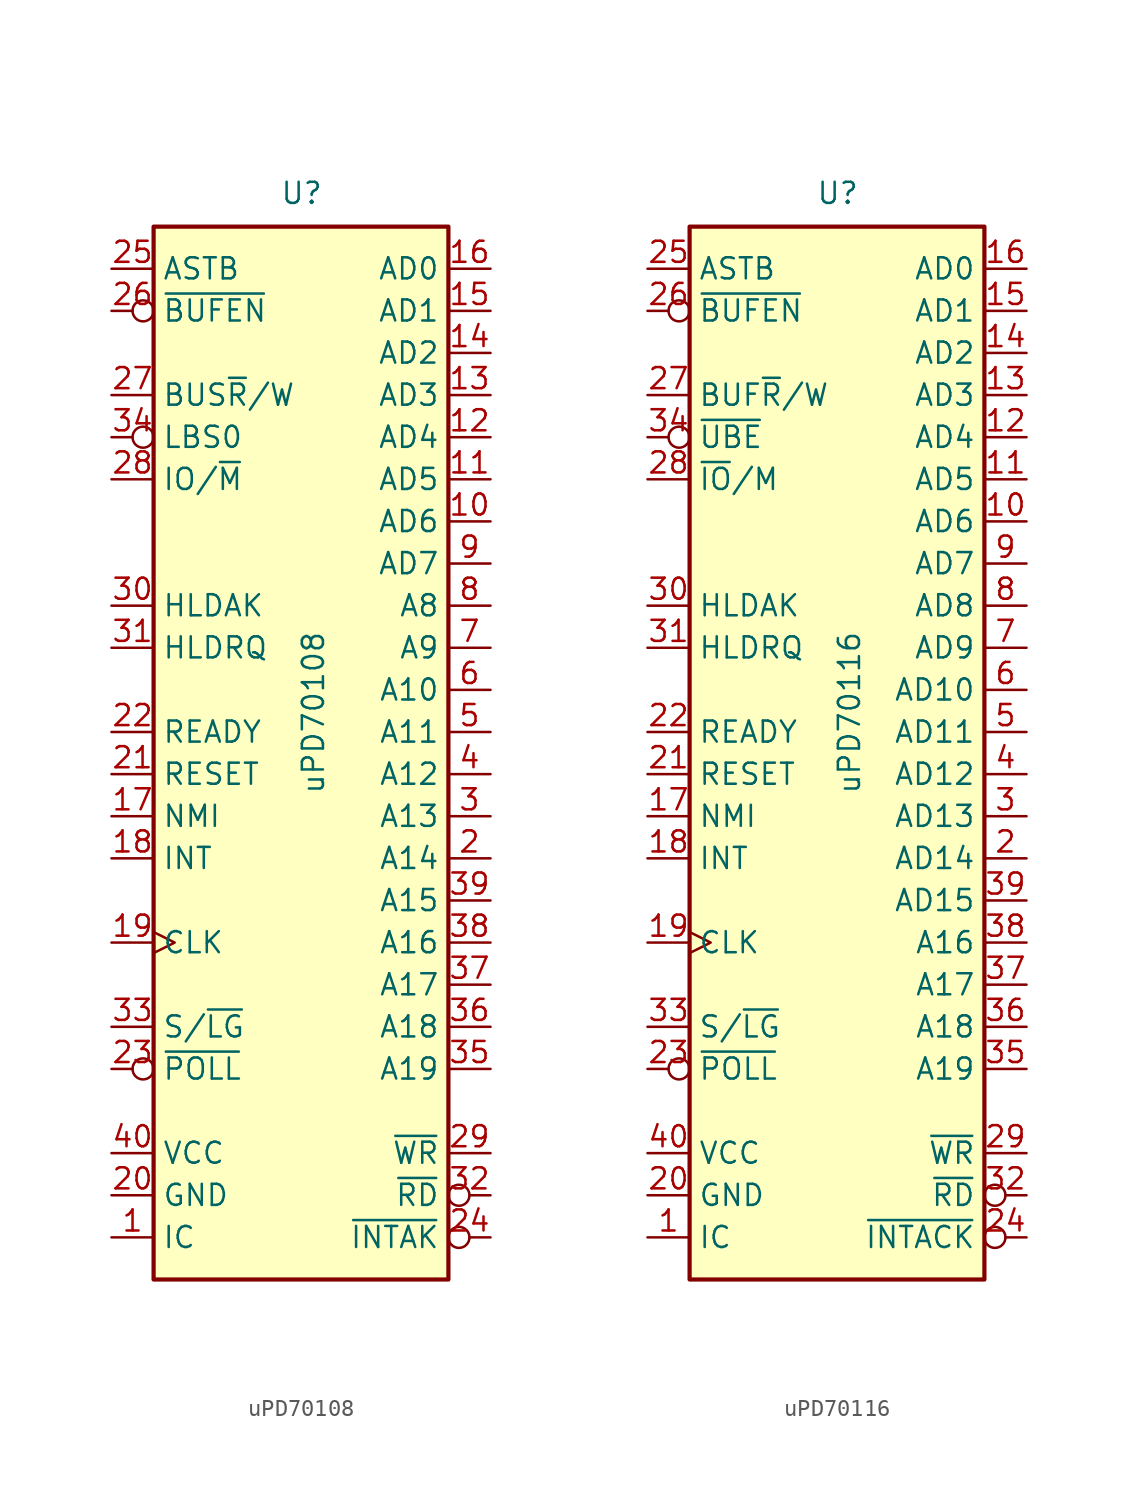
<source format=kicad_sym>
(kicad_symbol_lib
  (version 20211014)
  (generator kicad_symbol_editor)
  (symbol "uPD70108"
    (property "Reference" "U"
      (at -1.27 31.75 0)
      (effects (font (size 1.27 1.27)) (justify left bottom)))
    (property "Value" "uPD70108"
      (at 0 -3.81 90)
      (effects (font (size 1.27 1.27)) (justify left top)))
    (symbol "uPD70108_0_1"
      (rectangle (start -8.89 -33.02) (end 8.89 30.48) (stroke (width 0.254) (type default) (color 0 0 0 0)) (fill (type background))))
    (symbol "uPD70108_1_1"
      (pin input line (at -11.43 -30.48 0) (length 2.54) (name "IC" (effects (font (size 1.27 1.27)))) (number "1" (effects (font (size 1.27 1.27)))))
      (pin bidirectional line (at 11.43 12.7 180) (length 2.54) (name "AD6" (effects (font (size 1.27 1.27)))) (number "10" (effects (font (size 1.27 1.27)))))
      (pin bidirectional line (at 11.43 15.24 180) (length 2.54) (name "AD5" (effects (font (size 1.27 1.27)))) (number "11" (effects (font (size 1.27 1.27)))))
      (pin bidirectional line (at 11.43 17.78 180) (length 2.54) (name "AD4" (effects (font (size 1.27 1.27)))) (number "12" (effects (font (size 1.27 1.27)))))
      (pin bidirectional line (at 11.43 20.32 180) (length 2.54) (name "AD3" (effects (font (size 1.27 1.27)))) (number "13" (effects (font (size 1.27 1.27)))))
      (pin bidirectional line (at 11.43 22.86 180) (length 2.54) (name "AD2" (effects (font (size 1.27 1.27)))) (number "14" (effects (font (size 1.27 1.27)))))
      (pin bidirectional line (at 11.43 25.4 180) (length 2.54) (name "AD1" (effects (font (size 1.27 1.27)))) (number "15" (effects (font (size 1.27 1.27)))))
      (pin bidirectional line (at 11.43 27.94 180) (length 2.54) (name "AD0" (effects (font (size 1.27 1.27)))) (number "16" (effects (font (size 1.27 1.27)))))
      (pin input line (at -11.43 -5.08 0) (length 2.54) (name "NMI" (effects (font (size 1.27 1.27)))) (number "17" (effects (font (size 1.27 1.27)))))
      (pin input line (at -11.43 -7.62 0) (length 2.54) (name "INT" (effects (font (size 1.27 1.27)))) (number "18" (effects (font (size 1.27 1.27)))))
      (pin input clock (at -11.43 -12.7 0) (length 2.54) (name "CLK" (effects (font (size 1.27 1.27)))) (number "19" (effects (font (size 1.27 1.27)))))
      (pin output line (at 11.43 -7.62 180) (length 2.54) (name "A14" (effects (font (size 1.27 1.27)))) (number "2" (effects (font (size 1.27 1.27)))))
      (pin power_in line (at -11.43 -27.94 0) (length 2.54) (name "GND" (effects (font (size 1.27 1.27)))) (number "20" (effects (font (size 1.27 1.27)))))
      (pin input line (at -11.43 -2.54 0) (length 2.54) (name "RESET" (effects (font (size 1.27 1.27)))) (number "21" (effects (font (size 1.27 1.27)))))
      (pin input line (at -11.43 0 0) (length 2.54) (name "READY" (effects (font (size 1.27 1.27)))) (number "22" (effects (font (size 1.27 1.27)))))
      (pin input inverted (at -11.43 -20.32 0) (length 2.54) (name "~{POLL}" (effects (font (size 1.27 1.27)))) (number "23" (effects (font (size 1.27 1.27)))))
      (pin output inverted (at 11.43 -30.48 180) (length 2.54) (name "~{INTAK}" (effects (font (size 1.27 1.27)))) (number "24" (effects (font (size 1.27 1.27)))))
      (pin output line (at -11.43 27.94 0) (length 2.54) (name "ASTB" (effects (font (size 1.27 1.27)))) (number "25" (effects (font (size 1.27 1.27)))))
      (pin output inverted (at -11.43 25.4 0) (length 2.54) (name "~{BUFEN}" (effects (font (size 1.27 1.27)))) (number "26" (effects (font (size 1.27 1.27)))))
      (pin output line (at -11.43 20.32 0) (length 2.54) (name "BUS~{R}/W" (effects (font (size 1.27 1.27)))) (number "27" (effects (font (size 1.27 1.27)))))
      (pin output line (at -11.43 15.24 0) (length 2.54) (name "IO/~{M}" (effects (font (size 1.27 1.27)))) (number "28" (effects (font (size 1.27 1.27)))))
      (pin output line (at 11.43 -25.4 180) (length 2.54) (name "~{WR}" (effects (font (size 1.27 1.27)))) (number "29" (effects (font (size 1.27 1.27)))))
      (pin output line (at 11.43 -5.08 180) (length 2.54) (name "A13" (effects (font (size 1.27 1.27)))) (number "3" (effects (font (size 1.27 1.27)))))
      (pin output line (at -11.43 7.62 0) (length 2.54) (name "HLDAK" (effects (font (size 1.27 1.27)))) (number "30" (effects (font (size 1.27 1.27)))))
      (pin input line (at -11.43 5.08 0) (length 2.54) (name "HLDRQ" (effects (font (size 1.27 1.27)))) (number "31" (effects (font (size 1.27 1.27)))))
      (pin output inverted (at 11.43 -27.94 180) (length 2.54) (name "~{RD}" (effects (font (size 1.27 1.27)))) (number "32" (effects (font (size 1.27 1.27)))))
      (pin input line (at -11.43 -17.78 0) (length 2.54) (name "S/~{LG}" (effects (font (size 1.27 1.27)))) (number "33" (effects (font (size 1.27 1.27)))))
      (pin output inverted (at -11.43 17.78 0) (length 2.54) (name "LBS0" (effects (font (size 1.27 1.27)))) (number "34" (effects (font (size 1.27 1.27)))))
      (pin output line (at 11.43 -20.32 180) (length 2.54) (name "A19" (effects (font (size 1.27 1.27)))) (number "35" (effects (font (size 1.27 1.27)))))
      (pin output line (at 11.43 -17.78 180) (length 2.54) (name "A18" (effects (font (size 1.27 1.27)))) (number "36" (effects (font (size 1.27 1.27)))))
      (pin output line (at 11.43 -15.24 180) (length 2.54) (name "A17" (effects (font (size 1.27 1.27)))) (number "37" (effects (font (size 1.27 1.27)))))
      (pin output line (at 11.43 -12.7 180) (length 2.54) (name "A16" (effects (font (size 1.27 1.27)))) (number "38" (effects (font (size 1.27 1.27)))))
      (pin output line (at 11.43 -10.16 180) (length 2.54) (name "A15" (effects (font (size 1.27 1.27)))) (number "39" (effects (font (size 1.27 1.27)))))
      (pin output line (at 11.43 -2.54 180) (length 2.54) (name "A12" (effects (font (size 1.27 1.27)))) (number "4" (effects (font (size 1.27 1.27)))))
      (pin power_in line (at -11.43 -25.4 0) (length 2.54) (name "VCC" (effects (font (size 1.27 1.27)))) (number "40" (effects (font (size 1.27 1.27)))))
      (pin output line (at 11.43 0 180) (length 2.54) (name "A11" (effects (font (size 1.27 1.27)))) (number "5" (effects (font (size 1.27 1.27)))))
      (pin output line (at 11.43 2.54 180) (length 2.54) (name "A10" (effects (font (size 1.27 1.27)))) (number "6" (effects (font (size 1.27 1.27)))))
      (pin output line (at 11.43 5.08 180) (length 2.54) (name "A9" (effects (font (size 1.27 1.27)))) (number "7" (effects (font (size 1.27 1.27)))))
      (pin output line (at 11.43 7.62 180) (length 2.54) (name "A8" (effects (font (size 1.27 1.27)))) (number "8" (effects (font (size 1.27 1.27)))))
      (pin bidirectional line (at 11.43 10.16 180) (length 2.54) (name "AD7" (effects (font (size 1.27 1.27)))) (number "9" (effects (font (size 1.27 1.27)))))))
  (symbol "uPD70116"
    (property "Reference" "U"
      (at -1.27 31.75 0)
      (effects (font (size 1.27 1.27)) (justify left bottom)))
    (property "Value" "uPD70116"
      (at 0 -3.81 90)
      (effects (font (size 1.27 1.27)) (justify left top)))
    (symbol "uPD70116_0_1"
      (rectangle (start -8.89 -33.02) (end 8.89 30.48) (stroke (width 0.254) (type default) (color 0 0 0 0)) (fill (type background))))
    (symbol "uPD70116_1_1"
      (pin input line (at -11.43 -30.48 0) (length 2.54) (name "IC" (effects (font (size 1.27 1.27)))) (number "1" (effects (font (size 1.27 1.27)))))
      (pin bidirectional line (at 11.43 12.7 180) (length 2.54) (name "AD6" (effects (font (size 1.27 1.27)))) (number "10" (effects (font (size 1.27 1.27)))))
      (pin bidirectional line (at 11.43 15.24 180) (length 2.54) (name "AD5" (effects (font (size 1.27 1.27)))) (number "11" (effects (font (size 1.27 1.27)))))
      (pin bidirectional line (at 11.43 17.78 180) (length 2.54) (name "AD4" (effects (font (size 1.27 1.27)))) (number "12" (effects (font (size 1.27 1.27)))))
      (pin bidirectional line (at 11.43 20.32 180) (length 2.54) (name "AD3" (effects (font (size 1.27 1.27)))) (number "13" (effects (font (size 1.27 1.27)))))
      (pin bidirectional line (at 11.43 22.86 180) (length 2.54) (name "AD2" (effects (font (size 1.27 1.27)))) (number "14" (effects (font (size 1.27 1.27)))))
      (pin bidirectional line (at 11.43 25.4 180) (length 2.54) (name "AD1" (effects (font (size 1.27 1.27)))) (number "15" (effects (font (size 1.27 1.27)))))
      (pin bidirectional line (at 11.43 27.94 180) (length 2.54) (name "AD0" (effects (font (size 1.27 1.27)))) (number "16" (effects (font (size 1.27 1.27)))))
      (pin input line (at -11.43 -5.08 0) (length 2.54) (name "NMI" (effects (font (size 1.27 1.27)))) (number "17" (effects (font (size 1.27 1.27)))))
      (pin input line (at -11.43 -7.62 0) (length 2.54) (name "INT" (effects (font (size 1.27 1.27)))) (number "18" (effects (font (size 1.27 1.27)))))
      (pin input clock (at -11.43 -12.7 0) (length 2.54) (name "CLK" (effects (font (size 1.27 1.27)))) (number "19" (effects (font (size 1.27 1.27)))))
      (pin bidirectional line (at 11.43 -7.62 180) (length 2.54) (name "AD14" (effects (font (size 1.27 1.27)))) (number "2" (effects (font (size 1.27 1.27)))))
      (pin power_in line (at -11.43 -27.94 0) (length 2.54) (name "GND" (effects (font (size 1.27 1.27)))) (number "20" (effects (font (size 1.27 1.27)))))
      (pin input line (at -11.43 -2.54 0) (length 2.54) (name "RESET" (effects (font (size 1.27 1.27)))) (number "21" (effects (font (size 1.27 1.27)))))
      (pin input line (at -11.43 0 0) (length 2.54) (name "READY" (effects (font (size 1.27 1.27)))) (number "22" (effects (font (size 1.27 1.27)))))
      (pin input inverted (at -11.43 -20.32 0) (length 2.54) (name "~{POLL}" (effects (font (size 1.27 1.27)))) (number "23" (effects (font (size 1.27 1.27)))))
      (pin output inverted (at 11.43 -30.48 180) (length 2.54) (name "~{INTACK}" (effects (font (size 1.27 1.27)))) (number "24" (effects (font (size 1.27 1.27)))))
      (pin output line (at -11.43 27.94 0) (length 2.54) (name "ASTB" (effects (font (size 1.27 1.27)))) (number "25" (effects (font (size 1.27 1.27)))))
      (pin output inverted (at -11.43 25.4 0) (length 2.54) (name "~{BUFEN}" (effects (font (size 1.27 1.27)))) (number "26" (effects (font (size 1.27 1.27)))))
      (pin output line (at -11.43 20.32 0) (length 2.54) (name "BUF~{R}/W" (effects (font (size 1.27 1.27)))) (number "27" (effects (font (size 1.27 1.27)))))
      (pin output line (at -11.43 15.24 0) (length 2.54) (name "~{IO}/M" (effects (font (size 1.27 1.27)))) (number "28" (effects (font (size 1.27 1.27)))))
      (pin output line (at 11.43 -25.4 180) (length 2.54) (name "~{WR}" (effects (font (size 1.27 1.27)))) (number "29" (effects (font (size 1.27 1.27)))))
      (pin bidirectional line (at 11.43 -5.08 180) (length 2.54) (name "AD13" (effects (font (size 1.27 1.27)))) (number "3" (effects (font (size 1.27 1.27)))))
      (pin output line (at -11.43 7.62 0) (length 2.54) (name "HLDAK" (effects (font (size 1.27 1.27)))) (number "30" (effects (font (size 1.27 1.27)))))
      (pin input line (at -11.43 5.08 0) (length 2.54) (name "HLDRQ" (effects (font (size 1.27 1.27)))) (number "31" (effects (font (size 1.27 1.27)))))
      (pin output inverted (at 11.43 -27.94 180) (length 2.54) (name "~{RD}" (effects (font (size 1.27 1.27)))) (number "32" (effects (font (size 1.27 1.27)))))
      (pin input line (at -11.43 -17.78 0) (length 2.54) (name "S/~{LG}" (effects (font (size 1.27 1.27)))) (number "33" (effects (font (size 1.27 1.27)))))
      (pin output inverted (at -11.43 17.78 0) (length 2.54) (name "~{UBE}" (effects (font (size 1.27 1.27)))) (number "34" (effects (font (size 1.27 1.27)))))
      (pin output line (at 11.43 -20.32 180) (length 2.54) (name "A19" (effects (font (size 1.27 1.27)))) (number "35" (effects (font (size 1.27 1.27)))))
      (pin output line (at 11.43 -17.78 180) (length 2.54) (name "A18" (effects (font (size 1.27 1.27)))) (number "36" (effects (font (size 1.27 1.27)))))
      (pin output line (at 11.43 -15.24 180) (length 2.54) (name "A17" (effects (font (size 1.27 1.27)))) (number "37" (effects (font (size 1.27 1.27)))))
      (pin output line (at 11.43 -12.7 180) (length 2.54) (name "A16" (effects (font (size 1.27 1.27)))) (number "38" (effects (font (size 1.27 1.27)))))
      (pin bidirectional line (at 11.43 -10.16 180) (length 2.54) (name "AD15" (effects (font (size 1.27 1.27)))) (number "39" (effects (font (size 1.27 1.27)))))
      (pin bidirectional line (at 11.43 -2.54 180) (length 2.54) (name "AD12" (effects (font (size 1.27 1.27)))) (number "4" (effects (font (size 1.27 1.27)))))
      (pin power_in line (at -11.43 -25.4 0) (length 2.54) (name "VCC" (effects (font (size 1.27 1.27)))) (number "40" (effects (font (size 1.27 1.27)))))
      (pin bidirectional line (at 11.43 0 180) (length 2.54) (name "AD11" (effects (font (size 1.27 1.27)))) (number "5" (effects (font (size 1.27 1.27)))))
      (pin bidirectional line (at 11.43 2.54 180) (length 2.54) (name "AD10" (effects (font (size 1.27 1.27)))) (number "6" (effects (font (size 1.27 1.27)))))
      (pin bidirectional line (at 11.43 5.08 180) (length 2.54) (name "AD9" (effects (font (size 1.27 1.27)))) (number "7" (effects (font (size 1.27 1.27)))))
      (pin bidirectional line (at 11.43 7.62 180) (length 2.54) (name "AD8" (effects (font (size 1.27 1.27)))) (number "8" (effects (font (size 1.27 1.27)))))
      (pin bidirectional line (at 11.43 10.16 180) (length 2.54) (name "AD7" (effects (font (size 1.27 1.27)))) (number "9" (effects (font (size 1.27 1.27))))))))
</source>
